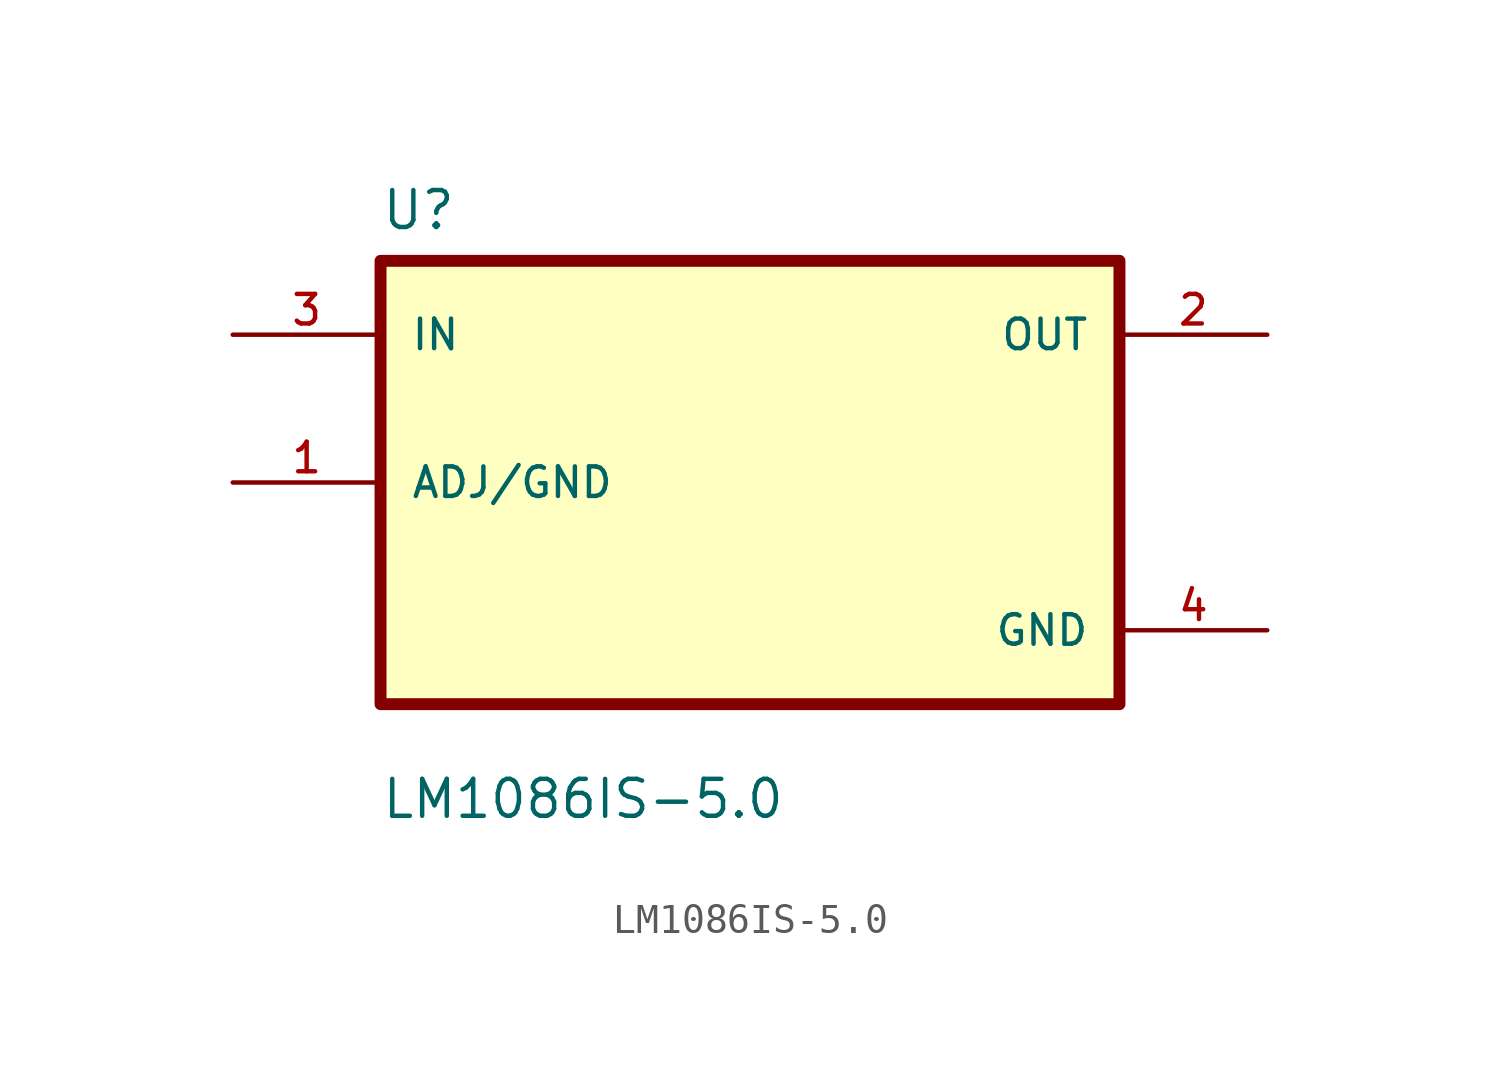
<source format=kicad_sym>
(kicad_symbol_lib
  (version 20211014)
  (generator kicad_symbol_editor)
  (symbol "LM1086IS-5.0"
    (pin_names
      (offset 1.016))
    (property "Reference" "U"
      (at -12.7 8.62 0.0)
      (effects (font (size 1.27 1.27)) (justify bottom left)))
    (property "Value" "LM1086IS-5.0"
      (at -12.7 -11.62 0.0)
      (effects (font (size 1.27 1.27)) (justify bottom left)))
    (symbol "LM1086IS-5.0_0_0"
      (rectangle (start -12.7 -7.62) (end 12.7 7.62) (stroke (width 0.41)) (fill (type background)))
      (pin input line (at -17.78 5.08 0) (length 5.08) (name "IN" (effects (font (size 1.016 1.016)))) (number "3" (effects (font (size 1.016 1.016)))))
      (pin bidirectional line (at -17.78 0.0 0) (length 5.08) (name "ADJ/GND" (effects (font (size 1.016 1.016)))) (number "1" (effects (font (size 1.016 1.016)))))
      (pin output line (at 17.78 5.08 180.0) (length 5.08) (name "OUT" (effects (font (size 1.016 1.016)))) (number "2" (effects (font (size 1.016 1.016)))))
      (pin power_in line (at 17.78 -5.08 180.0) (length 5.08) (name "GND" (effects (font (size 1.016 1.016)))) (number "4" (effects (font (size 1.016 1.016))))))))
</source>
